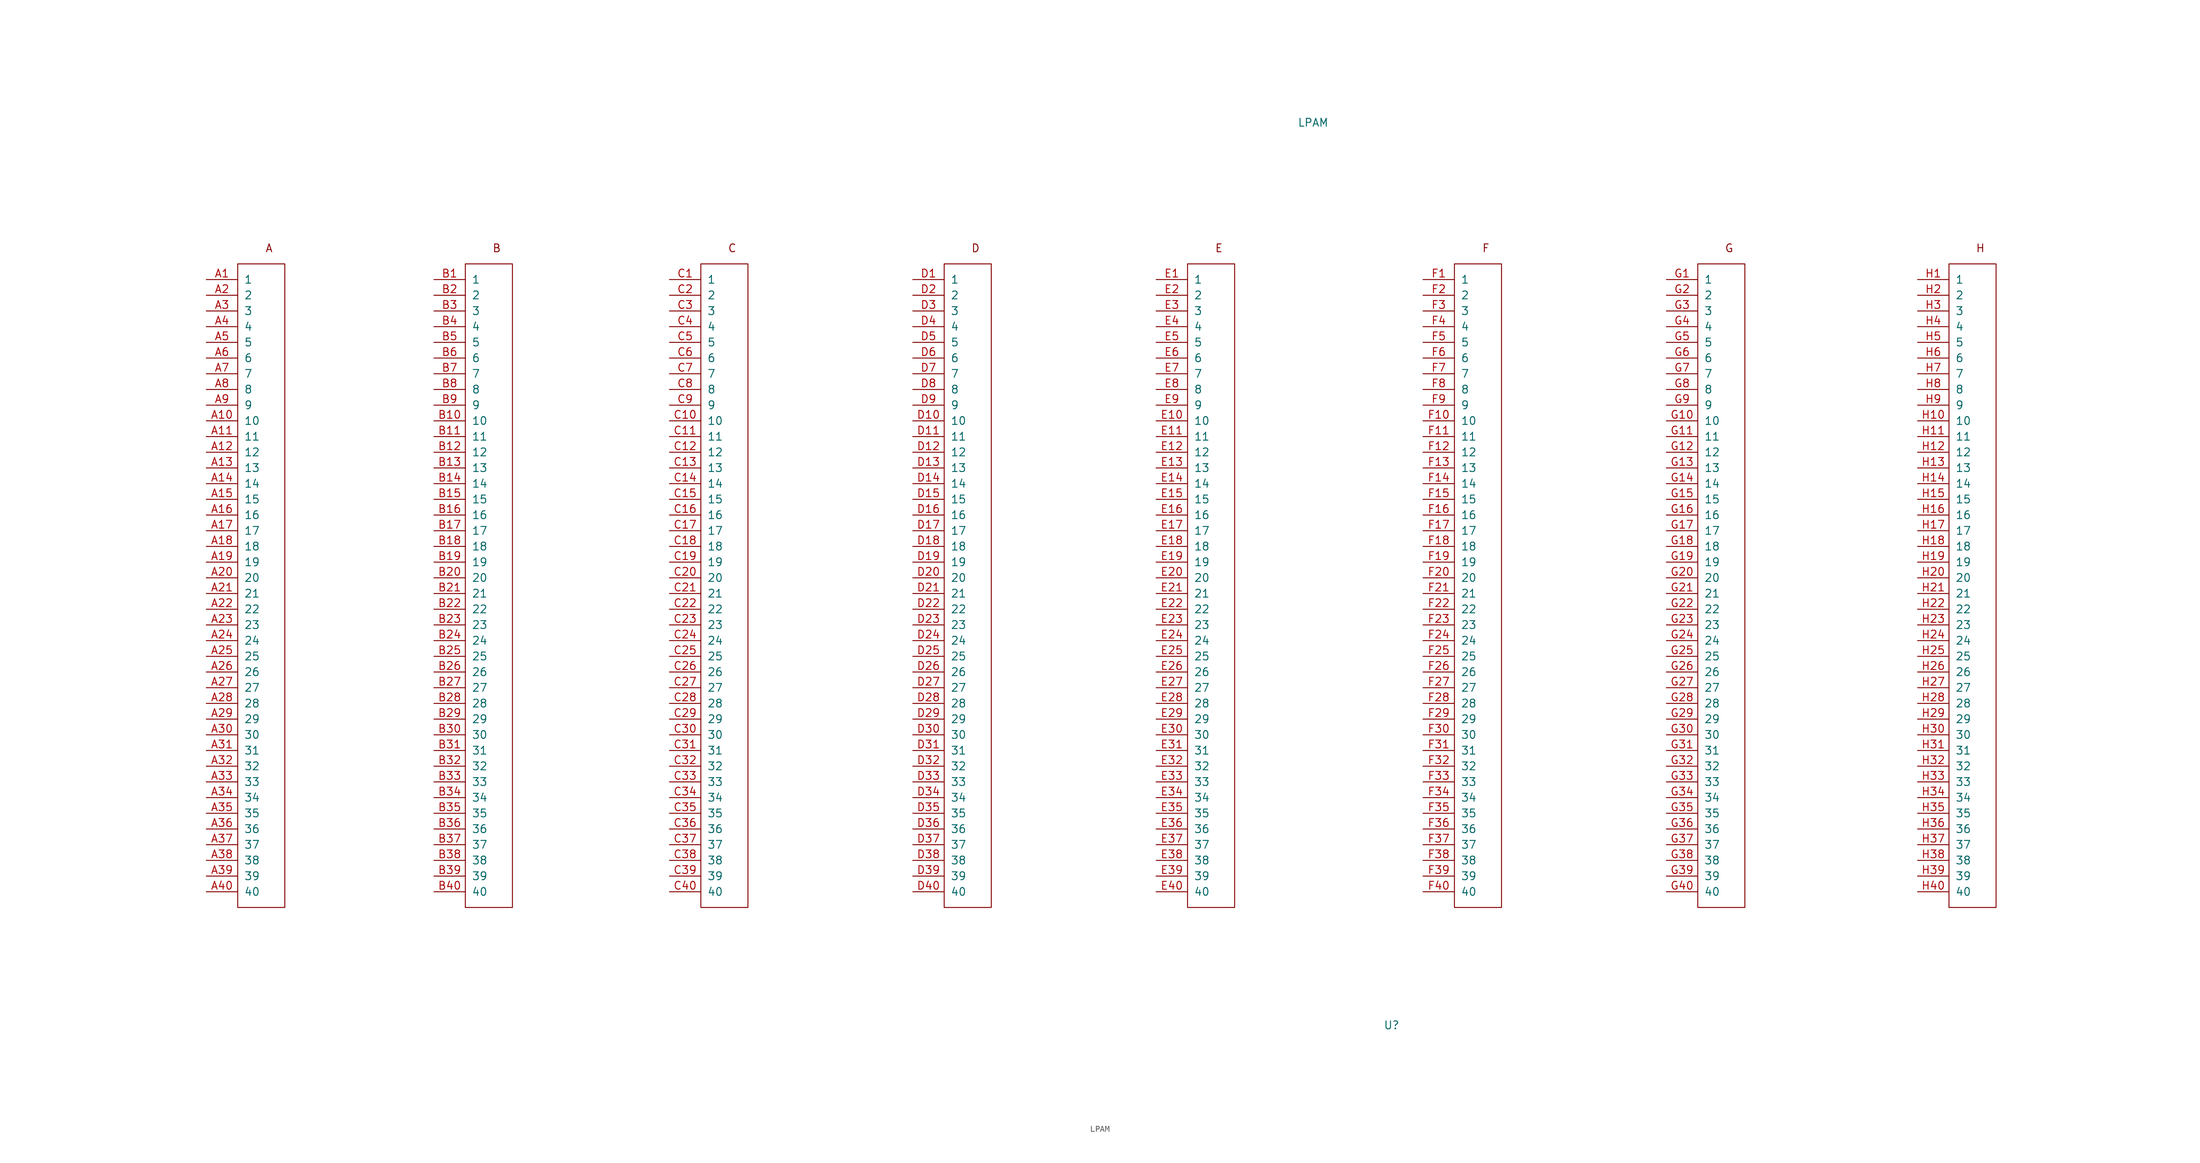
<source format=kicad_sym>
(kicad_symbol_lib
  (version 20220914)
  (generator kicad_symbol_editor)
  (symbol "LPAM"
    (pin_names
      (offset 1.016))
    (property "Reference" "U"
      (at 1.27 -67.31 0)
      (effects (font (size 1.27 1.27))))
    (property "Value" "LPAM"
      (at -11.43 78.74 0)
      (effects (font (size 1.27 1.27))))
    (symbol "LPAM_0_0"
      (text "B" (at -143.51 58.42 0) (effects (font (size 1.27 1.27))))
      (pin input line (at -153.67 33.02 0) (length 5.08) (name "9" (effects (font (size 1.27 1.27)))) (number "B9" (effects (font (size 1.27 1.27))))))
    (symbol "LPAM_0_1"
      (rectangle (start -148.59 55.88) (end -140.97 -48.26) (stroke (width 0) (type solid)) (fill (type none))))
    (symbol "LPAM_1_1"
      (rectangle (start -185.42 55.88) (end -177.8 -48.26) (stroke (width 0) (type solid)) (fill (type none)))
      (rectangle (start -110.49 55.88) (end -102.87 -48.26) (stroke (width 0) (type solid)) (fill (type none)))
      (rectangle (start -71.12 55.88) (end -63.5 -48.26) (stroke (width 0) (type solid)) (fill (type none)))
      (rectangle (start -31.75 55.88) (end -24.13 -48.26) (stroke (width 0) (type solid)) (fill (type none)))
      (rectangle (start 11.43 55.88) (end 19.05 -48.26) (stroke (width 0) (type solid)) (fill (type none)))
      (rectangle (start 50.8 55.88) (end 58.42 -48.26) (stroke (width 0) (type solid)) (fill (type none)))
      (rectangle (start 91.44 55.88) (end 99.06 -48.26) (stroke (width 0) (type solid)) (fill (type none)))
      (text "A" (at -180.34 58.42 0) (effects (font (size 1.27 1.27))))
      (text "C" (at -105.41 58.42 0) (effects (font (size 1.27 1.27))))
      (text "D" (at -66.04 58.42 0) (effects (font (size 1.27 1.27))))
      (text "E" (at -26.67 58.42 0) (effects (font (size 1.27 1.27))))
      (text "F" (at 16.51 58.42 0) (effects (font (size 1.27 1.27))))
      (text "G" (at 55.88 58.42 0) (effects (font (size 1.27 1.27))))
      (text "H" (at 96.52 58.42 0) (effects (font (size 1.27 1.27))))
      (pin input line (at -190.5 53.34 0) (length 5.08) (name "1" (effects (font (size 1.27 1.27)))) (number "A1" (effects (font (size 1.27 1.27)))))
      (pin input line (at -190.5 30.48 0) (length 5.08) (name "10" (effects (font (size 1.27 1.27)))) (number "A10" (effects (font (size 1.27 1.27)))))
      (pin input line (at -190.5 27.94 0) (length 5.08) (name "11" (effects (font (size 1.27 1.27)))) (number "A11" (effects (font (size 1.27 1.27)))))
      (pin input line (at -190.5 25.4 0) (length 5.08) (name "12" (effects (font (size 1.27 1.27)))) (number "A12" (effects (font (size 1.27 1.27)))))
      (pin input line (at -190.5 22.86 0) (length 5.08) (name "13" (effects (font (size 1.27 1.27)))) (number "A13" (effects (font (size 1.27 1.27)))))
      (pin input line (at -190.5 20.32 0) (length 5.08) (name "14" (effects (font (size 1.27 1.27)))) (number "A14" (effects (font (size 1.27 1.27)))))
      (pin input line (at -190.5 17.78 0) (length 5.08) (name "15" (effects (font (size 1.27 1.27)))) (number "A15" (effects (font (size 1.27 1.27)))))
      (pin input line (at -190.5 15.24 0) (length 5.08) (name "16" (effects (font (size 1.27 1.27)))) (number "A16" (effects (font (size 1.27 1.27)))))
      (pin input line (at -190.5 12.7 0) (length 5.08) (name "17" (effects (font (size 1.27 1.27)))) (number "A17" (effects (font (size 1.27 1.27)))))
      (pin input line (at -190.5 10.16 0) (length 5.08) (name "18" (effects (font (size 1.27 1.27)))) (number "A18" (effects (font (size 1.27 1.27)))))
      (pin input line (at -190.5 7.62 0) (length 5.08) (name "19" (effects (font (size 1.27 1.27)))) (number "A19" (effects (font (size 1.27 1.27)))))
      (pin input line (at -190.5 50.8 0) (length 5.08) (name "2" (effects (font (size 1.27 1.27)))) (number "A2" (effects (font (size 1.27 1.27)))))
      (pin input line (at -190.5 5.08 0) (length 5.08) (name "20" (effects (font (size 1.27 1.27)))) (number "A20" (effects (font (size 1.27 1.27)))))
      (pin input line (at -190.5 2.54 0) (length 5.08) (name "21" (effects (font (size 1.27 1.27)))) (number "A21" (effects (font (size 1.27 1.27)))))
      (pin input line (at -190.5 0 0) (length 5.08) (name "22" (effects (font (size 1.27 1.27)))) (number "A22" (effects (font (size 1.27 1.27)))))
      (pin input line (at -190.5 -2.54 0) (length 5.08) (name "23" (effects (font (size 1.27 1.27)))) (number "A23" (effects (font (size 1.27 1.27)))))
      (pin input line (at -190.5 -5.08 0) (length 5.08) (name "24" (effects (font (size 1.27 1.27)))) (number "A24" (effects (font (size 1.27 1.27)))))
      (pin input line (at -190.5 -7.62 0) (length 5.08) (name "25" (effects (font (size 1.27 1.27)))) (number "A25" (effects (font (size 1.27 1.27)))))
      (pin input line (at -190.5 -10.16 0) (length 5.08) (name "26" (effects (font (size 1.27 1.27)))) (number "A26" (effects (font (size 1.27 1.27)))))
      (pin input line (at -190.5 -12.7 0) (length 5.08) (name "27" (effects (font (size 1.27 1.27)))) (number "A27" (effects (font (size 1.27 1.27)))))
      (pin input line (at -190.5 -15.24 0) (length 5.08) (name "28" (effects (font (size 1.27 1.27)))) (number "A28" (effects (font (size 1.27 1.27)))))
      (pin input line (at -190.5 -17.78 0) (length 5.08) (name "29" (effects (font (size 1.27 1.27)))) (number "A29" (effects (font (size 1.27 1.27)))))
      (pin input line (at -190.5 48.26 0) (length 5.08) (name "3" (effects (font (size 1.27 1.27)))) (number "A3" (effects (font (size 1.27 1.27)))))
      (pin input line (at -190.5 -20.32 0) (length 5.08) (name "30" (effects (font (size 1.27 1.27)))) (number "A30" (effects (font (size 1.27 1.27)))))
      (pin input line (at -190.5 -22.86 0) (length 5.08) (name "31" (effects (font (size 1.27 1.27)))) (number "A31" (effects (font (size 1.27 1.27)))))
      (pin input line (at -190.5 -25.4 0) (length 5.08) (name "32" (effects (font (size 1.27 1.27)))) (number "A32" (effects (font (size 1.27 1.27)))))
      (pin input line (at -190.5 -27.94 0) (length 5.08) (name "33" (effects (font (size 1.27 1.27)))) (number "A33" (effects (font (size 1.27 1.27)))))
      (pin input line (at -190.5 -30.48 0) (length 5.08) (name "34" (effects (font (size 1.27 1.27)))) (number "A34" (effects (font (size 1.27 1.27)))))
      (pin input line (at -190.5 -33.02 0) (length 5.08) (name "35" (effects (font (size 1.27 1.27)))) (number "A35" (effects (font (size 1.27 1.27)))))
      (pin input line (at -190.5 -35.56 0) (length 5.08) (name "36" (effects (font (size 1.27 1.27)))) (number "A36" (effects (font (size 1.27 1.27)))))
      (pin input line (at -190.5 -38.1 0) (length 5.08) (name "37" (effects (font (size 1.27 1.27)))) (number "A37" (effects (font (size 1.27 1.27)))))
      (pin input line (at -190.5 -40.64 0) (length 5.08) (name "38" (effects (font (size 1.27 1.27)))) (number "A38" (effects (font (size 1.27 1.27)))))
      (pin input line (at -190.5 -43.18 0) (length 5.08) (name "39" (effects (font (size 1.27 1.27)))) (number "A39" (effects (font (size 1.27 1.27)))))
      (pin input line (at -190.5 45.72 0) (length 5.08) (name "4" (effects (font (size 1.27 1.27)))) (number "A4" (effects (font (size 1.27 1.27)))))
      (pin input line (at -190.5 -45.72 0) (length 5.08) (name "40" (effects (font (size 1.27 1.27)))) (number "A40" (effects (font (size 1.27 1.27)))))
      (pin input line (at -190.5 43.18 0) (length 5.08) (name "5" (effects (font (size 1.27 1.27)))) (number "A5" (effects (font (size 1.27 1.27)))))
      (pin input line (at -190.5 40.64 0) (length 5.08) (name "6" (effects (font (size 1.27 1.27)))) (number "A6" (effects (font (size 1.27 1.27)))))
      (pin input line (at -190.5 38.1 0) (length 5.08) (name "7" (effects (font (size 1.27 1.27)))) (number "A7" (effects (font (size 1.27 1.27)))))
      (pin input line (at -190.5 35.56 0) (length 5.08) (name "8" (effects (font (size 1.27 1.27)))) (number "A8" (effects (font (size 1.27 1.27)))))
      (pin input line (at -190.5 33.02 0) (length 5.08) (name "9" (effects (font (size 1.27 1.27)))) (number "A9" (effects (font (size 1.27 1.27)))))
      (pin input line (at -153.67 53.34 0) (length 5.08) (name "1" (effects (font (size 1.27 1.27)))) (number "B1" (effects (font (size 1.27 1.27)))))
      (pin input line (at -153.67 30.48 0) (length 5.08) (name "10" (effects (font (size 1.27 1.27)))) (number "B10" (effects (font (size 1.27 1.27)))))
      (pin input line (at -153.67 27.94 0) (length 5.08) (name "11" (effects (font (size 1.27 1.27)))) (number "B11" (effects (font (size 1.27 1.27)))))
      (pin input line (at -153.67 25.4 0) (length 5.08) (name "12" (effects (font (size 1.27 1.27)))) (number "B12" (effects (font (size 1.27 1.27)))))
      (pin input line (at -153.67 22.86 0) (length 5.08) (name "13" (effects (font (size 1.27 1.27)))) (number "B13" (effects (font (size 1.27 1.27)))))
      (pin input line (at -153.67 20.32 0) (length 5.08) (name "14" (effects (font (size 1.27 1.27)))) (number "B14" (effects (font (size 1.27 1.27)))))
      (pin input line (at -153.67 17.78 0) (length 5.08) (name "15" (effects (font (size 1.27 1.27)))) (number "B15" (effects (font (size 1.27 1.27)))))
      (pin input line (at -153.67 15.24 0) (length 5.08) (name "16" (effects (font (size 1.27 1.27)))) (number "B16" (effects (font (size 1.27 1.27)))))
      (pin input line (at -153.67 12.7 0) (length 5.08) (name "17" (effects (font (size 1.27 1.27)))) (number "B17" (effects (font (size 1.27 1.27)))))
      (pin input line (at -153.67 10.16 0) (length 5.08) (name "18" (effects (font (size 1.27 1.27)))) (number "B18" (effects (font (size 1.27 1.27)))))
      (pin input line (at -153.67 7.62 0) (length 5.08) (name "19" (effects (font (size 1.27 1.27)))) (number "B19" (effects (font (size 1.27 1.27)))))
      (pin input line (at -153.67 50.8 0) (length 5.08) (name "2" (effects (font (size 1.27 1.27)))) (number "B2" (effects (font (size 1.27 1.27)))))
      (pin input line (at -153.67 5.08 0) (length 5.08) (name "20" (effects (font (size 1.27 1.27)))) (number "B20" (effects (font (size 1.27 1.27)))))
      (pin input line (at -153.67 2.54 0) (length 5.08) (name "21" (effects (font (size 1.27 1.27)))) (number "B21" (effects (font (size 1.27 1.27)))))
      (pin input line (at -153.67 0 0) (length 5.08) (name "22" (effects (font (size 1.27 1.27)))) (number "B22" (effects (font (size 1.27 1.27)))))
      (pin input line (at -153.67 -2.54 0) (length 5.08) (name "23" (effects (font (size 1.27 1.27)))) (number "B23" (effects (font (size 1.27 1.27)))))
      (pin input line (at -153.67 -5.08 0) (length 5.08) (name "24" (effects (font (size 1.27 1.27)))) (number "B24" (effects (font (size 1.27 1.27)))))
      (pin input line (at -153.67 -7.62 0) (length 5.08) (name "25" (effects (font (size 1.27 1.27)))) (number "B25" (effects (font (size 1.27 1.27)))))
      (pin input line (at -153.67 -10.16 0) (length 5.08) (name "26" (effects (font (size 1.27 1.27)))) (number "B26" (effects (font (size 1.27 1.27)))))
      (pin input line (at -153.67 -12.7 0) (length 5.08) (name "27" (effects (font (size 1.27 1.27)))) (number "B27" (effects (font (size 1.27 1.27)))))
      (pin input line (at -153.67 -15.24 0) (length 5.08) (name "28" (effects (font (size 1.27 1.27)))) (number "B28" (effects (font (size 1.27 1.27)))))
      (pin input line (at -153.67 -17.78 0) (length 5.08) (name "29" (effects (font (size 1.27 1.27)))) (number "B29" (effects (font (size 1.27 1.27)))))
      (pin input line (at -153.67 48.26 0) (length 5.08) (name "3" (effects (font (size 1.27 1.27)))) (number "B3" (effects (font (size 1.27 1.27)))))
      (pin input line (at -153.67 -20.32 0) (length 5.08) (name "30" (effects (font (size 1.27 1.27)))) (number "B30" (effects (font (size 1.27 1.27)))))
      (pin input line (at -153.67 -22.86 0) (length 5.08) (name "31" (effects (font (size 1.27 1.27)))) (number "B31" (effects (font (size 1.27 1.27)))))
      (pin input line (at -153.67 -25.4 0) (length 5.08) (name "32" (effects (font (size 1.27 1.27)))) (number "B32" (effects (font (size 1.27 1.27)))))
      (pin input line (at -153.67 -27.94 0) (length 5.08) (name "33" (effects (font (size 1.27 1.27)))) (number "B33" (effects (font (size 1.27 1.27)))))
      (pin input line (at -153.67 -30.48 0) (length 5.08) (name "34" (effects (font (size 1.27 1.27)))) (number "B34" (effects (font (size 1.27 1.27)))))
      (pin input line (at -153.67 -33.02 0) (length 5.08) (name "35" (effects (font (size 1.27 1.27)))) (number "B35" (effects (font (size 1.27 1.27)))))
      (pin input line (at -153.67 -35.56 0) (length 5.08) (name "36" (effects (font (size 1.27 1.27)))) (number "B36" (effects (font (size 1.27 1.27)))))
      (pin input line (at -153.67 -38.1 0) (length 5.08) (name "37" (effects (font (size 1.27 1.27)))) (number "B37" (effects (font (size 1.27 1.27)))))
      (pin input line (at -153.67 -40.64 0) (length 5.08) (name "38" (effects (font (size 1.27 1.27)))) (number "B38" (effects (font (size 1.27 1.27)))))
      (pin input line (at -153.67 -43.18 0) (length 5.08) (name "39" (effects (font (size 1.27 1.27)))) (number "B39" (effects (font (size 1.27 1.27)))))
      (pin input line (at -153.67 45.72 0) (length 5.08) (name "4" (effects (font (size 1.27 1.27)))) (number "B4" (effects (font (size 1.27 1.27)))))
      (pin input line (at -153.67 -45.72 0) (length 5.08) (name "40" (effects (font (size 1.27 1.27)))) (number "B40" (effects (font (size 1.27 1.27)))))
      (pin input line (at -153.67 43.18 0) (length 5.08) (name "5" (effects (font (size 1.27 1.27)))) (number "B5" (effects (font (size 1.27 1.27)))))
      (pin input line (at -153.67 40.64 0) (length 5.08) (name "6" (effects (font (size 1.27 1.27)))) (number "B6" (effects (font (size 1.27 1.27)))))
      (pin input line (at -153.67 38.1 0) (length 5.08) (name "7" (effects (font (size 1.27 1.27)))) (number "B7" (effects (font (size 1.27 1.27)))))
      (pin input line (at -153.67 35.56 0) (length 5.08) (name "8" (effects (font (size 1.27 1.27)))) (number "B8" (effects (font (size 1.27 1.27)))))
      (pin input line (at -115.57 53.34 0) (length 5.08) (name "1" (effects (font (size 1.27 1.27)))) (number "C1" (effects (font (size 1.27 1.27)))))
      (pin input line (at -115.57 30.48 0) (length 5.08) (name "10" (effects (font (size 1.27 1.27)))) (number "C10" (effects (font (size 1.27 1.27)))))
      (pin input line (at -115.57 27.94 0) (length 5.08) (name "11" (effects (font (size 1.27 1.27)))) (number "C11" (effects (font (size 1.27 1.27)))))
      (pin input line (at -115.57 25.4 0) (length 5.08) (name "12" (effects (font (size 1.27 1.27)))) (number "C12" (effects (font (size 1.27 1.27)))))
      (pin input line (at -115.57 22.86 0) (length 5.08) (name "13" (effects (font (size 1.27 1.27)))) (number "C13" (effects (font (size 1.27 1.27)))))
      (pin input line (at -115.57 20.32 0) (length 5.08) (name "14" (effects (font (size 1.27 1.27)))) (number "C14" (effects (font (size 1.27 1.27)))))
      (pin input line (at -115.57 17.78 0) (length 5.08) (name "15" (effects (font (size 1.27 1.27)))) (number "C15" (effects (font (size 1.27 1.27)))))
      (pin input line (at -115.57 15.24 0) (length 5.08) (name "16" (effects (font (size 1.27 1.27)))) (number "C16" (effects (font (size 1.27 1.27)))))
      (pin input line (at -115.57 12.7 0) (length 5.08) (name "17" (effects (font (size 1.27 1.27)))) (number "C17" (effects (font (size 1.27 1.27)))))
      (pin input line (at -115.57 10.16 0) (length 5.08) (name "18" (effects (font (size 1.27 1.27)))) (number "C18" (effects (font (size 1.27 1.27)))))
      (pin input line (at -115.57 7.62 0) (length 5.08) (name "19" (effects (font (size 1.27 1.27)))) (number "C19" (effects (font (size 1.27 1.27)))))
      (pin input line (at -115.57 50.8 0) (length 5.08) (name "2" (effects (font (size 1.27 1.27)))) (number "C2" (effects (font (size 1.27 1.27)))))
      (pin input line (at -115.57 5.08 0) (length 5.08) (name "20" (effects (font (size 1.27 1.27)))) (number "C20" (effects (font (size 1.27 1.27)))))
      (pin input line (at -115.57 2.54 0) (length 5.08) (name "21" (effects (font (size 1.27 1.27)))) (number "C21" (effects (font (size 1.27 1.27)))))
      (pin input line (at -115.57 0 0) (length 5.08) (name "22" (effects (font (size 1.27 1.27)))) (number "C22" (effects (font (size 1.27 1.27)))))
      (pin input line (at -115.57 -2.54 0) (length 5.08) (name "23" (effects (font (size 1.27 1.27)))) (number "C23" (effects (font (size 1.27 1.27)))))
      (pin input line (at -115.57 -5.08 0) (length 5.08) (name "24" (effects (font (size 1.27 1.27)))) (number "C24" (effects (font (size 1.27 1.27)))))
      (pin input line (at -115.57 -7.62 0) (length 5.08) (name "25" (effects (font (size 1.27 1.27)))) (number "C25" (effects (font (size 1.27 1.27)))))
      (pin input line (at -115.57 -10.16 0) (length 5.08) (name "26" (effects (font (size 1.27 1.27)))) (number "C26" (effects (font (size 1.27 1.27)))))
      (pin input line (at -115.57 -12.7 0) (length 5.08) (name "27" (effects (font (size 1.27 1.27)))) (number "C27" (effects (font (size 1.27 1.27)))))
      (pin input line (at -115.57 -15.24 0) (length 5.08) (name "28" (effects (font (size 1.27 1.27)))) (number "C28" (effects (font (size 1.27 1.27)))))
      (pin input line (at -115.57 -17.78 0) (length 5.08) (name "29" (effects (font (size 1.27 1.27)))) (number "C29" (effects (font (size 1.27 1.27)))))
      (pin input line (at -115.57 48.26 0) (length 5.08) (name "3" (effects (font (size 1.27 1.27)))) (number "C3" (effects (font (size 1.27 1.27)))))
      (pin input line (at -115.57 -20.32 0) (length 5.08) (name "30" (effects (font (size 1.27 1.27)))) (number "C30" (effects (font (size 1.27 1.27)))))
      (pin input line (at -115.57 -22.86 0) (length 5.08) (name "31" (effects (font (size 1.27 1.27)))) (number "C31" (effects (font (size 1.27 1.27)))))
      (pin input line (at -115.57 -25.4 0) (length 5.08) (name "32" (effects (font (size 1.27 1.27)))) (number "C32" (effects (font (size 1.27 1.27)))))
      (pin input line (at -115.57 -27.94 0) (length 5.08) (name "33" (effects (font (size 1.27 1.27)))) (number "C33" (effects (font (size 1.27 1.27)))))
      (pin input line (at -115.57 -30.48 0) (length 5.08) (name "34" (effects (font (size 1.27 1.27)))) (number "C34" (effects (font (size 1.27 1.27)))))
      (pin input line (at -115.57 -33.02 0) (length 5.08) (name "35" (effects (font (size 1.27 1.27)))) (number "C35" (effects (font (size 1.27 1.27)))))
      (pin input line (at -115.57 -35.56 0) (length 5.08) (name "36" (effects (font (size 1.27 1.27)))) (number "C36" (effects (font (size 1.27 1.27)))))
      (pin input line (at -115.57 -38.1 0) (length 5.08) (name "37" (effects (font (size 1.27 1.27)))) (number "C37" (effects (font (size 1.27 1.27)))))
      (pin input line (at -115.57 -40.64 0) (length 5.08) (name "38" (effects (font (size 1.27 1.27)))) (number "C38" (effects (font (size 1.27 1.27)))))
      (pin input line (at -115.57 -43.18 0) (length 5.08) (name "39" (effects (font (size 1.27 1.27)))) (number "C39" (effects (font (size 1.27 1.27)))))
      (pin input line (at -115.57 45.72 0) (length 5.08) (name "4" (effects (font (size 1.27 1.27)))) (number "C4" (effects (font (size 1.27 1.27)))))
      (pin input line (at -115.57 -45.72 0) (length 5.08) (name "40" (effects (font (size 1.27 1.27)))) (number "C40" (effects (font (size 1.27 1.27)))))
      (pin input line (at -115.57 43.18 0) (length 5.08) (name "5" (effects (font (size 1.27 1.27)))) (number "C5" (effects (font (size 1.27 1.27)))))
      (pin input line (at -115.57 40.64 0) (length 5.08) (name "6" (effects (font (size 1.27 1.27)))) (number "C6" (effects (font (size 1.27 1.27)))))
      (pin input line (at -115.57 38.1 0) (length 5.08) (name "7" (effects (font (size 1.27 1.27)))) (number "C7" (effects (font (size 1.27 1.27)))))
      (pin input line (at -115.57 35.56 0) (length 5.08) (name "8" (effects (font (size 1.27 1.27)))) (number "C8" (effects (font (size 1.27 1.27)))))
      (pin input line (at -115.57 33.02 0) (length 5.08) (name "9" (effects (font (size 1.27 1.27)))) (number "C9" (effects (font (size 1.27 1.27)))))
      (pin input line (at -76.2 53.34 0) (length 5.08) (name "1" (effects (font (size 1.27 1.27)))) (number "D1" (effects (font (size 1.27 1.27)))))
      (pin input line (at -76.2 30.48 0) (length 5.08) (name "10" (effects (font (size 1.27 1.27)))) (number "D10" (effects (font (size 1.27 1.27)))))
      (pin input line (at -76.2 27.94 0) (length 5.08) (name "11" (effects (font (size 1.27 1.27)))) (number "D11" (effects (font (size 1.27 1.27)))))
      (pin input line (at -76.2 25.4 0) (length 5.08) (name "12" (effects (font (size 1.27 1.27)))) (number "D12" (effects (font (size 1.27 1.27)))))
      (pin input line (at -76.2 22.86 0) (length 5.08) (name "13" (effects (font (size 1.27 1.27)))) (number "D13" (effects (font (size 1.27 1.27)))))
      (pin input line (at -76.2 20.32 0) (length 5.08) (name "14" (effects (font (size 1.27 1.27)))) (number "D14" (effects (font (size 1.27 1.27)))))
      (pin input line (at -76.2 17.78 0) (length 5.08) (name "15" (effects (font (size 1.27 1.27)))) (number "D15" (effects (font (size 1.27 1.27)))))
      (pin input line (at -76.2 15.24 0) (length 5.08) (name "16" (effects (font (size 1.27 1.27)))) (number "D16" (effects (font (size 1.27 1.27)))))
      (pin input line (at -76.2 12.7 0) (length 5.08) (name "17" (effects (font (size 1.27 1.27)))) (number "D17" (effects (font (size 1.27 1.27)))))
      (pin input line (at -76.2 10.16 0) (length 5.08) (name "18" (effects (font (size 1.27 1.27)))) (number "D18" (effects (font (size 1.27 1.27)))))
      (pin input line (at -76.2 7.62 0) (length 5.08) (name "19" (effects (font (size 1.27 1.27)))) (number "D19" (effects (font (size 1.27 1.27)))))
      (pin input line (at -76.2 50.8 0) (length 5.08) (name "2" (effects (font (size 1.27 1.27)))) (number "D2" (effects (font (size 1.27 1.27)))))
      (pin input line (at -76.2 5.08 0) (length 5.08) (name "20" (effects (font (size 1.27 1.27)))) (number "D20" (effects (font (size 1.27 1.27)))))
      (pin input line (at -76.2 2.54 0) (length 5.08) (name "21" (effects (font (size 1.27 1.27)))) (number "D21" (effects (font (size 1.27 1.27)))))
      (pin input line (at -76.2 0 0) (length 5.08) (name "22" (effects (font (size 1.27 1.27)))) (number "D22" (effects (font (size 1.27 1.27)))))
      (pin input line (at -76.2 -2.54 0) (length 5.08) (name "23" (effects (font (size 1.27 1.27)))) (number "D23" (effects (font (size 1.27 1.27)))))
      (pin input line (at -76.2 -5.08 0) (length 5.08) (name "24" (effects (font (size 1.27 1.27)))) (number "D24" (effects (font (size 1.27 1.27)))))
      (pin input line (at -76.2 -7.62 0) (length 5.08) (name "25" (effects (font (size 1.27 1.27)))) (number "D25" (effects (font (size 1.27 1.27)))))
      (pin input line (at -76.2 -10.16 0) (length 5.08) (name "26" (effects (font (size 1.27 1.27)))) (number "D26" (effects (font (size 1.27 1.27)))))
      (pin input line (at -76.2 -12.7 0) (length 5.08) (name "27" (effects (font (size 1.27 1.27)))) (number "D27" (effects (font (size 1.27 1.27)))))
      (pin input line (at -76.2 -15.24 0) (length 5.08) (name "28" (effects (font (size 1.27 1.27)))) (number "D28" (effects (font (size 1.27 1.27)))))
      (pin input line (at -76.2 -17.78 0) (length 5.08) (name "29" (effects (font (size 1.27 1.27)))) (number "D29" (effects (font (size 1.27 1.27)))))
      (pin input line (at -76.2 48.26 0) (length 5.08) (name "3" (effects (font (size 1.27 1.27)))) (number "D3" (effects (font (size 1.27 1.27)))))
      (pin input line (at -76.2 -20.32 0) (length 5.08) (name "30" (effects (font (size 1.27 1.27)))) (number "D30" (effects (font (size 1.27 1.27)))))
      (pin input line (at -76.2 -22.86 0) (length 5.08) (name "31" (effects (font (size 1.27 1.27)))) (number "D31" (effects (font (size 1.27 1.27)))))
      (pin input line (at -76.2 -25.4 0) (length 5.08) (name "32" (effects (font (size 1.27 1.27)))) (number "D32" (effects (font (size 1.27 1.27)))))
      (pin input line (at -76.2 -27.94 0) (length 5.08) (name "33" (effects (font (size 1.27 1.27)))) (number "D33" (effects (font (size 1.27 1.27)))))
      (pin input line (at -76.2 -30.48 0) (length 5.08) (name "34" (effects (font (size 1.27 1.27)))) (number "D34" (effects (font (size 1.27 1.27)))))
      (pin input line (at -76.2 -33.02 0) (length 5.08) (name "35" (effects (font (size 1.27 1.27)))) (number "D35" (effects (font (size 1.27 1.27)))))
      (pin input line (at -76.2 -35.56 0) (length 5.08) (name "36" (effects (font (size 1.27 1.27)))) (number "D36" (effects (font (size 1.27 1.27)))))
      (pin input line (at -76.2 -38.1 0) (length 5.08) (name "37" (effects (font (size 1.27 1.27)))) (number "D37" (effects (font (size 1.27 1.27)))))
      (pin input line (at -76.2 -40.64 0) (length 5.08) (name "38" (effects (font (size 1.27 1.27)))) (number "D38" (effects (font (size 1.27 1.27)))))
      (pin input line (at -76.2 -43.18 0) (length 5.08) (name "39" (effects (font (size 1.27 1.27)))) (number "D39" (effects (font (size 1.27 1.27)))))
      (pin input line (at -76.2 45.72 0) (length 5.08) (name "4" (effects (font (size 1.27 1.27)))) (number "D4" (effects (font (size 1.27 1.27)))))
      (pin input line (at -76.2 -45.72 0) (length 5.08) (name "40" (effects (font (size 1.27 1.27)))) (number "D40" (effects (font (size 1.27 1.27)))))
      (pin input line (at -76.2 43.18 0) (length 5.08) (name "5" (effects (font (size 1.27 1.27)))) (number "D5" (effects (font (size 1.27 1.27)))))
      (pin input line (at -76.2 40.64 0) (length 5.08) (name "6" (effects (font (size 1.27 1.27)))) (number "D6" (effects (font (size 1.27 1.27)))))
      (pin input line (at -76.2 38.1 0) (length 5.08) (name "7" (effects (font (size 1.27 1.27)))) (number "D7" (effects (font (size 1.27 1.27)))))
      (pin input line (at -76.2 35.56 0) (length 5.08) (name "8" (effects (font (size 1.27 1.27)))) (number "D8" (effects (font (size 1.27 1.27)))))
      (pin input line (at -76.2 33.02 0) (length 5.08) (name "9" (effects (font (size 1.27 1.27)))) (number "D9" (effects (font (size 1.27 1.27)))))
      (pin input line (at -36.83 53.34 0) (length 5.08) (name "1" (effects (font (size 1.27 1.27)))) (number "E1" (effects (font (size 1.27 1.27)))))
      (pin input line (at -36.83 30.48 0) (length 5.08) (name "10" (effects (font (size 1.27 1.27)))) (number "E10" (effects (font (size 1.27 1.27)))))
      (pin input line (at -36.83 27.94 0) (length 5.08) (name "11" (effects (font (size 1.27 1.27)))) (number "E11" (effects (font (size 1.27 1.27)))))
      (pin input line (at -36.83 25.4 0) (length 5.08) (name "12" (effects (font (size 1.27 1.27)))) (number "E12" (effects (font (size 1.27 1.27)))))
      (pin input line (at -36.83 22.86 0) (length 5.08) (name "13" (effects (font (size 1.27 1.27)))) (number "E13" (effects (font (size 1.27 1.27)))))
      (pin input line (at -36.83 20.32 0) (length 5.08) (name "14" (effects (font (size 1.27 1.27)))) (number "E14" (effects (font (size 1.27 1.27)))))
      (pin input line (at -36.83 17.78 0) (length 5.08) (name "15" (effects (font (size 1.27 1.27)))) (number "E15" (effects (font (size 1.27 1.27)))))
      (pin input line (at -36.83 15.24 0) (length 5.08) (name "16" (effects (font (size 1.27 1.27)))) (number "E16" (effects (font (size 1.27 1.27)))))
      (pin input line (at -36.83 12.7 0) (length 5.08) (name "17" (effects (font (size 1.27 1.27)))) (number "E17" (effects (font (size 1.27 1.27)))))
      (pin input line (at -36.83 10.16 0) (length 5.08) (name "18" (effects (font (size 1.27 1.27)))) (number "E18" (effects (font (size 1.27 1.27)))))
      (pin input line (at -36.83 7.62 0) (length 5.08) (name "19" (effects (font (size 1.27 1.27)))) (number "E19" (effects (font (size 1.27 1.27)))))
      (pin input line (at -36.83 50.8 0) (length 5.08) (name "2" (effects (font (size 1.27 1.27)))) (number "E2" (effects (font (size 1.27 1.27)))))
      (pin input line (at -36.83 5.08 0) (length 5.08) (name "20" (effects (font (size 1.27 1.27)))) (number "E20" (effects (font (size 1.27 1.27)))))
      (pin input line (at -36.83 2.54 0) (length 5.08) (name "21" (effects (font (size 1.27 1.27)))) (number "E21" (effects (font (size 1.27 1.27)))))
      (pin input line (at -36.83 0 0) (length 5.08) (name "22" (effects (font (size 1.27 1.27)))) (number "E22" (effects (font (size 1.27 1.27)))))
      (pin input line (at -36.83 -2.54 0) (length 5.08) (name "23" (effects (font (size 1.27 1.27)))) (number "E23" (effects (font (size 1.27 1.27)))))
      (pin input line (at -36.83 -5.08 0) (length 5.08) (name "24" (effects (font (size 1.27 1.27)))) (number "E24" (effects (font (size 1.27 1.27)))))
      (pin input line (at -36.83 -7.62 0) (length 5.08) (name "25" (effects (font (size 1.27 1.27)))) (number "E25" (effects (font (size 1.27 1.27)))))
      (pin input line (at -36.83 -10.16 0) (length 5.08) (name "26" (effects (font (size 1.27 1.27)))) (number "E26" (effects (font (size 1.27 1.27)))))
      (pin input line (at -36.83 -12.7 0) (length 5.08) (name "27" (effects (font (size 1.27 1.27)))) (number "E27" (effects (font (size 1.27 1.27)))))
      (pin input line (at -36.83 -15.24 0) (length 5.08) (name "28" (effects (font (size 1.27 1.27)))) (number "E28" (effects (font (size 1.27 1.27)))))
      (pin input line (at -36.83 -17.78 0) (length 5.08) (name "29" (effects (font (size 1.27 1.27)))) (number "E29" (effects (font (size 1.27 1.27)))))
      (pin input line (at -36.83 48.26 0) (length 5.08) (name "3" (effects (font (size 1.27 1.27)))) (number "E3" (effects (font (size 1.27 1.27)))))
      (pin input line (at -36.83 -20.32 0) (length 5.08) (name "30" (effects (font (size 1.27 1.27)))) (number "E30" (effects (font (size 1.27 1.27)))))
      (pin input line (at -36.83 -22.86 0) (length 5.08) (name "31" (effects (font (size 1.27 1.27)))) (number "E31" (effects (font (size 1.27 1.27)))))
      (pin input line (at -36.83 -25.4 0) (length 5.08) (name "32" (effects (font (size 1.27 1.27)))) (number "E32" (effects (font (size 1.27 1.27)))))
      (pin input line (at -36.83 -27.94 0) (length 5.08) (name "33" (effects (font (size 1.27 1.27)))) (number "E33" (effects (font (size 1.27 1.27)))))
      (pin input line (at -36.83 -30.48 0) (length 5.08) (name "34" (effects (font (size 1.27 1.27)))) (number "E34" (effects (font (size 1.27 1.27)))))
      (pin input line (at -36.83 -33.02 0) (length 5.08) (name "35" (effects (font (size 1.27 1.27)))) (number "E35" (effects (font (size 1.27 1.27)))))
      (pin input line (at -36.83 -35.56 0) (length 5.08) (name "36" (effects (font (size 1.27 1.27)))) (number "E36" (effects (font (size 1.27 1.27)))))
      (pin input line (at -36.83 -38.1 0) (length 5.08) (name "37" (effects (font (size 1.27 1.27)))) (number "E37" (effects (font (size 1.27 1.27)))))
      (pin input line (at -36.83 -40.64 0) (length 5.08) (name "38" (effects (font (size 1.27 1.27)))) (number "E38" (effects (font (size 1.27 1.27)))))
      (pin input line (at -36.83 -43.18 0) (length 5.08) (name "39" (effects (font (size 1.27 1.27)))) (number "E39" (effects (font (size 1.27 1.27)))))
      (pin input line (at -36.83 45.72 0) (length 5.08) (name "4" (effects (font (size 1.27 1.27)))) (number "E4" (effects (font (size 1.27 1.27)))))
      (pin input line (at -36.83 -45.72 0) (length 5.08) (name "40" (effects (font (size 1.27 1.27)))) (number "E40" (effects (font (size 1.27 1.27)))))
      (pin input line (at -36.83 43.18 0) (length 5.08) (name "5" (effects (font (size 1.27 1.27)))) (number "E5" (effects (font (size 1.27 1.27)))))
      (pin input line (at -36.83 40.64 0) (length 5.08) (name "6" (effects (font (size 1.27 1.27)))) (number "E6" (effects (font (size 1.27 1.27)))))
      (pin input line (at -36.83 38.1 0) (length 5.08) (name "7" (effects (font (size 1.27 1.27)))) (number "E7" (effects (font (size 1.27 1.27)))))
      (pin input line (at -36.83 35.56 0) (length 5.08) (name "8" (effects (font (size 1.27 1.27)))) (number "E8" (effects (font (size 1.27 1.27)))))
      (pin input line (at -36.83 33.02 0) (length 5.08) (name "9" (effects (font (size 1.27 1.27)))) (number "E9" (effects (font (size 1.27 1.27)))))
      (pin input line (at 6.35 53.34 0) (length 5.08) (name "1" (effects (font (size 1.27 1.27)))) (number "F1" (effects (font (size 1.27 1.27)))))
      (pin input line (at 6.35 30.48 0) (length 5.08) (name "10" (effects (font (size 1.27 1.27)))) (number "F10" (effects (font (size 1.27 1.27)))))
      (pin input line (at 6.35 27.94 0) (length 5.08) (name "11" (effects (font (size 1.27 1.27)))) (number "F11" (effects (font (size 1.27 1.27)))))
      (pin input line (at 6.35 25.4 0) (length 5.08) (name "12" (effects (font (size 1.27 1.27)))) (number "F12" (effects (font (size 1.27 1.27)))))
      (pin input line (at 6.35 22.86 0) (length 5.08) (name "13" (effects (font (size 1.27 1.27)))) (number "F13" (effects (font (size 1.27 1.27)))))
      (pin input line (at 6.35 20.32 0) (length 5.08) (name "14" (effects (font (size 1.27 1.27)))) (number "F14" (effects (font (size 1.27 1.27)))))
      (pin input line (at 6.35 17.78 0) (length 5.08) (name "15" (effects (font (size 1.27 1.27)))) (number "F15" (effects (font (size 1.27 1.27)))))
      (pin input line (at 6.35 15.24 0) (length 5.08) (name "16" (effects (font (size 1.27 1.27)))) (number "F16" (effects (font (size 1.27 1.27)))))
      (pin input line (at 6.35 12.7 0) (length 5.08) (name "17" (effects (font (size 1.27 1.27)))) (number "F17" (effects (font (size 1.27 1.27)))))
      (pin input line (at 6.35 10.16 0) (length 5.08) (name "18" (effects (font (size 1.27 1.27)))) (number "F18" (effects (font (size 1.27 1.27)))))
      (pin input line (at 6.35 7.62 0) (length 5.08) (name "19" (effects (font (size 1.27 1.27)))) (number "F19" (effects (font (size 1.27 1.27)))))
      (pin input line (at 6.35 50.8 0) (length 5.08) (name "2" (effects (font (size 1.27 1.27)))) (number "F2" (effects (font (size 1.27 1.27)))))
      (pin input line (at 6.35 5.08 0) (length 5.08) (name "20" (effects (font (size 1.27 1.27)))) (number "F20" (effects (font (size 1.27 1.27)))))
      (pin input line (at 6.35 2.54 0) (length 5.08) (name "21" (effects (font (size 1.27 1.27)))) (number "F21" (effects (font (size 1.27 1.27)))))
      (pin input line (at 6.35 0 0) (length 5.08) (name "22" (effects (font (size 1.27 1.27)))) (number "F22" (effects (font (size 1.27 1.27)))))
      (pin input line (at 6.35 -2.54 0) (length 5.08) (name "23" (effects (font (size 1.27 1.27)))) (number "F23" (effects (font (size 1.27 1.27)))))
      (pin input line (at 6.35 -5.08 0) (length 5.08) (name "24" (effects (font (size 1.27 1.27)))) (number "F24" (effects (font (size 1.27 1.27)))))
      (pin input line (at 6.35 -7.62 0) (length 5.08) (name "25" (effects (font (size 1.27 1.27)))) (number "F25" (effects (font (size 1.27 1.27)))))
      (pin input line (at 6.35 -10.16 0) (length 5.08) (name "26" (effects (font (size 1.27 1.27)))) (number "F26" (effects (font (size 1.27 1.27)))))
      (pin input line (at 6.35 -12.7 0) (length 5.08) (name "27" (effects (font (size 1.27 1.27)))) (number "F27" (effects (font (size 1.27 1.27)))))
      (pin input line (at 6.35 -15.24 0) (length 5.08) (name "28" (effects (font (size 1.27 1.27)))) (number "F28" (effects (font (size 1.27 1.27)))))
      (pin input line (at 6.35 -17.78 0) (length 5.08) (name "29" (effects (font (size 1.27 1.27)))) (number "F29" (effects (font (size 1.27 1.27)))))
      (pin input line (at 6.35 48.26 0) (length 5.08) (name "3" (effects (font (size 1.27 1.27)))) (number "F3" (effects (font (size 1.27 1.27)))))
      (pin input line (at 6.35 -20.32 0) (length 5.08) (name "30" (effects (font (size 1.27 1.27)))) (number "F30" (effects (font (size 1.27 1.27)))))
      (pin input line (at 6.35 -22.86 0) (length 5.08) (name "31" (effects (font (size 1.27 1.27)))) (number "F31" (effects (font (size 1.27 1.27)))))
      (pin input line (at 6.35 -25.4 0) (length 5.08) (name "32" (effects (font (size 1.27 1.27)))) (number "F32" (effects (font (size 1.27 1.27)))))
      (pin input line (at 6.35 -27.94 0) (length 5.08) (name "33" (effects (font (size 1.27 1.27)))) (number "F33" (effects (font (size 1.27 1.27)))))
      (pin input line (at 6.35 -30.48 0) (length 5.08) (name "34" (effects (font (size 1.27 1.27)))) (number "F34" (effects (font (size 1.27 1.27)))))
      (pin input line (at 6.35 -33.02 0) (length 5.08) (name "35" (effects (font (size 1.27 1.27)))) (number "F35" (effects (font (size 1.27 1.27)))))
      (pin input line (at 6.35 -35.56 0) (length 5.08) (name "36" (effects (font (size 1.27 1.27)))) (number "F36" (effects (font (size 1.27 1.27)))))
      (pin input line (at 6.35 -38.1 0) (length 5.08) (name "37" (effects (font (size 1.27 1.27)))) (number "F37" (effects (font (size 1.27 1.27)))))
      (pin input line (at 6.35 -40.64 0) (length 5.08) (name "38" (effects (font (size 1.27 1.27)))) (number "F38" (effects (font (size 1.27 1.27)))))
      (pin input line (at 6.35 -43.18 0) (length 5.08) (name "39" (effects (font (size 1.27 1.27)))) (number "F39" (effects (font (size 1.27 1.27)))))
      (pin input line (at 6.35 45.72 0) (length 5.08) (name "4" (effects (font (size 1.27 1.27)))) (number "F4" (effects (font (size 1.27 1.27)))))
      (pin input line (at 6.35 -45.72 0) (length 5.08) (name "40" (effects (font (size 1.27 1.27)))) (number "F40" (effects (font (size 1.27 1.27)))))
      (pin input line (at 6.35 43.18 0) (length 5.08) (name "5" (effects (font (size 1.27 1.27)))) (number "F5" (effects (font (size 1.27 1.27)))))
      (pin input line (at 6.35 40.64 0) (length 5.08) (name "6" (effects (font (size 1.27 1.27)))) (number "F6" (effects (font (size 1.27 1.27)))))
      (pin input line (at 6.35 38.1 0) (length 5.08) (name "7" (effects (font (size 1.27 1.27)))) (number "F7" (effects (font (size 1.27 1.27)))))
      (pin input line (at 6.35 35.56 0) (length 5.08) (name "8" (effects (font (size 1.27 1.27)))) (number "F8" (effects (font (size 1.27 1.27)))))
      (pin input line (at 6.35 33.02 0) (length 5.08) (name "9" (effects (font (size 1.27 1.27)))) (number "F9" (effects (font (size 1.27 1.27)))))
      (pin input line (at 45.72 53.34 0) (length 5.08) (name "1" (effects (font (size 1.27 1.27)))) (number "G1" (effects (font (size 1.27 1.27)))))
      (pin input line (at 45.72 30.48 0) (length 5.08) (name "10" (effects (font (size 1.27 1.27)))) (number "G10" (effects (font (size 1.27 1.27)))))
      (pin input line (at 45.72 27.94 0) (length 5.08) (name "11" (effects (font (size 1.27 1.27)))) (number "G11" (effects (font (size 1.27 1.27)))))
      (pin input line (at 45.72 25.4 0) (length 5.08) (name "12" (effects (font (size 1.27 1.27)))) (number "G12" (effects (font (size 1.27 1.27)))))
      (pin input line (at 45.72 22.86 0) (length 5.08) (name "13" (effects (font (size 1.27 1.27)))) (number "G13" (effects (font (size 1.27 1.27)))))
      (pin input line (at 45.72 20.32 0) (length 5.08) (name "14" (effects (font (size 1.27 1.27)))) (number "G14" (effects (font (size 1.27 1.27)))))
      (pin input line (at 45.72 17.78 0) (length 5.08) (name "15" (effects (font (size 1.27 1.27)))) (number "G15" (effects (font (size 1.27 1.27)))))
      (pin input line (at 45.72 15.24 0) (length 5.08) (name "16" (effects (font (size 1.27 1.27)))) (number "G16" (effects (font (size 1.27 1.27)))))
      (pin input line (at 45.72 12.7 0) (length 5.08) (name "17" (effects (font (size 1.27 1.27)))) (number "G17" (effects (font (size 1.27 1.27)))))
      (pin input line (at 45.72 10.16 0) (length 5.08) (name "18" (effects (font (size 1.27 1.27)))) (number "G18" (effects (font (size 1.27 1.27)))))
      (pin input line (at 45.72 7.62 0) (length 5.08) (name "19" (effects (font (size 1.27 1.27)))) (number "G19" (effects (font (size 1.27 1.27)))))
      (pin input line (at 45.72 50.8 0) (length 5.08) (name "2" (effects (font (size 1.27 1.27)))) (number "G2" (effects (font (size 1.27 1.27)))))
      (pin input line (at 45.72 5.08 0) (length 5.08) (name "20" (effects (font (size 1.27 1.27)))) (number "G20" (effects (font (size 1.27 1.27)))))
      (pin input line (at 45.72 2.54 0) (length 5.08) (name "21" (effects (font (size 1.27 1.27)))) (number "G21" (effects (font (size 1.27 1.27)))))
      (pin input line (at 45.72 0 0) (length 5.08) (name "22" (effects (font (size 1.27 1.27)))) (number "G22" (effects (font (size 1.27 1.27)))))
      (pin input line (at 45.72 -2.54 0) (length 5.08) (name "23" (effects (font (size 1.27 1.27)))) (number "G23" (effects (font (size 1.27 1.27)))))
      (pin input line (at 45.72 -5.08 0) (length 5.08) (name "24" (effects (font (size 1.27 1.27)))) (number "G24" (effects (font (size 1.27 1.27)))))
      (pin input line (at 45.72 -7.62 0) (length 5.08) (name "25" (effects (font (size 1.27 1.27)))) (number "G25" (effects (font (size 1.27 1.27)))))
      (pin input line (at 45.72 -10.16 0) (length 5.08) (name "26" (effects (font (size 1.27 1.27)))) (number "G26" (effects (font (size 1.27 1.27)))))
      (pin input line (at 45.72 -12.7 0) (length 5.08) (name "27" (effects (font (size 1.27 1.27)))) (number "G27" (effects (font (size 1.27 1.27)))))
      (pin input line (at 45.72 -15.24 0) (length 5.08) (name "28" (effects (font (size 1.27 1.27)))) (number "G28" (effects (font (size 1.27 1.27)))))
      (pin input line (at 45.72 -17.78 0) (length 5.08) (name "29" (effects (font (size 1.27 1.27)))) (number "G29" (effects (font (size 1.27 1.27)))))
      (pin input line (at 45.72 48.26 0) (length 5.08) (name "3" (effects (font (size 1.27 1.27)))) (number "G3" (effects (font (size 1.27 1.27)))))
      (pin input line (at 45.72 -20.32 0) (length 5.08) (name "30" (effects (font (size 1.27 1.27)))) (number "G30" (effects (font (size 1.27 1.27)))))
      (pin input line (at 45.72 -22.86 0) (length 5.08) (name "31" (effects (font (size 1.27 1.27)))) (number "G31" (effects (font (size 1.27 1.27)))))
      (pin input line (at 45.72 -25.4 0) (length 5.08) (name "32" (effects (font (size 1.27 1.27)))) (number "G32" (effects (font (size 1.27 1.27)))))
      (pin input line (at 45.72 -27.94 0) (length 5.08) (name "33" (effects (font (size 1.27 1.27)))) (number "G33" (effects (font (size 1.27 1.27)))))
      (pin input line (at 45.72 -30.48 0) (length 5.08) (name "34" (effects (font (size 1.27 1.27)))) (number "G34" (effects (font (size 1.27 1.27)))))
      (pin input line (at 45.72 -33.02 0) (length 5.08) (name "35" (effects (font (size 1.27 1.27)))) (number "G35" (effects (font (size 1.27 1.27)))))
      (pin input line (at 45.72 -35.56 0) (length 5.08) (name "36" (effects (font (size 1.27 1.27)))) (number "G36" (effects (font (size 1.27 1.27)))))
      (pin input line (at 45.72 -38.1 0) (length 5.08) (name "37" (effects (font (size 1.27 1.27)))) (number "G37" (effects (font (size 1.27 1.27)))))
      (pin input line (at 45.72 -40.64 0) (length 5.08) (name "38" (effects (font (size 1.27 1.27)))) (number "G38" (effects (font (size 1.27 1.27)))))
      (pin input line (at 45.72 -43.18 0) (length 5.08) (name "39" (effects (font (size 1.27 1.27)))) (number "G39" (effects (font (size 1.27 1.27)))))
      (pin input line (at 45.72 45.72 0) (length 5.08) (name "4" (effects (font (size 1.27 1.27)))) (number "G4" (effects (font (size 1.27 1.27)))))
      (pin input line (at 45.72 -45.72 0) (length 5.08) (name "40" (effects (font (size 1.27 1.27)))) (number "G40" (effects (font (size 1.27 1.27)))))
      (pin input line (at 45.72 43.18 0) (length 5.08) (name "5" (effects (font (size 1.27 1.27)))) (number "G5" (effects (font (size 1.27 1.27)))))
      (pin input line (at 45.72 40.64 0) (length 5.08) (name "6" (effects (font (size 1.27 1.27)))) (number "G6" (effects (font (size 1.27 1.27)))))
      (pin input line (at 45.72 38.1 0) (length 5.08) (name "7" (effects (font (size 1.27 1.27)))) (number "G7" (effects (font (size 1.27 1.27)))))
      (pin input line (at 45.72 35.56 0) (length 5.08) (name "8" (effects (font (size 1.27 1.27)))) (number "G8" (effects (font (size 1.27 1.27)))))
      (pin input line (at 45.72 33.02 0) (length 5.08) (name "9" (effects (font (size 1.27 1.27)))) (number "G9" (effects (font (size 1.27 1.27)))))
      (pin input line (at 86.36 53.34 0) (length 5.08) (name "1" (effects (font (size 1.27 1.27)))) (number "H1" (effects (font (size 1.27 1.27)))))
      (pin input line (at 86.36 30.48 0) (length 5.08) (name "10" (effects (font (size 1.27 1.27)))) (number "H10" (effects (font (size 1.27 1.27)))))
      (pin input line (at 86.36 27.94 0) (length 5.08) (name "11" (effects (font (size 1.27 1.27)))) (number "H11" (effects (font (size 1.27 1.27)))))
      (pin input line (at 86.36 25.4 0) (length 5.08) (name "12" (effects (font (size 1.27 1.27)))) (number "H12" (effects (font (size 1.27 1.27)))))
      (pin input line (at 86.36 22.86 0) (length 5.08) (name "13" (effects (font (size 1.27 1.27)))) (number "H13" (effects (font (size 1.27 1.27)))))
      (pin input line (at 86.36 20.32 0) (length 5.08) (name "14" (effects (font (size 1.27 1.27)))) (number "H14" (effects (font (size 1.27 1.27)))))
      (pin input line (at 86.36 17.78 0) (length 5.08) (name "15" (effects (font (size 1.27 1.27)))) (number "H15" (effects (font (size 1.27 1.27)))))
      (pin input line (at 86.36 15.24 0) (length 5.08) (name "16" (effects (font (size 1.27 1.27)))) (number "H16" (effects (font (size 1.27 1.27)))))
      (pin input line (at 86.36 12.7 0) (length 5.08) (name "17" (effects (font (size 1.27 1.27)))) (number "H17" (effects (font (size 1.27 1.27)))))
      (pin input line (at 86.36 10.16 0) (length 5.08) (name "18" (effects (font (size 1.27 1.27)))) (number "H18" (effects (font (size 1.27 1.27)))))
      (pin input line (at 86.36 7.62 0) (length 5.08) (name "19" (effects (font (size 1.27 1.27)))) (number "H19" (effects (font (size 1.27 1.27)))))
      (pin input line (at 86.36 50.8 0) (length 5.08) (name "2" (effects (font (size 1.27 1.27)))) (number "H2" (effects (font (size 1.27 1.27)))))
      (pin input line (at 86.36 5.08 0) (length 5.08) (name "20" (effects (font (size 1.27 1.27)))) (number "H20" (effects (font (size 1.27 1.27)))))
      (pin input line (at 86.36 2.54 0) (length 5.08) (name "21" (effects (font (size 1.27 1.27)))) (number "H21" (effects (font (size 1.27 1.27)))))
      (pin input line (at 86.36 0 0) (length 5.08) (name "22" (effects (font (size 1.27 1.27)))) (number "H22" (effects (font (size 1.27 1.27)))))
      (pin input line (at 86.36 -2.54 0) (length 5.08) (name "23" (effects (font (size 1.27 1.27)))) (number "H23" (effects (font (size 1.27 1.27)))))
      (pin input line (at 86.36 -5.08 0) (length 5.08) (name "24" (effects (font (size 1.27 1.27)))) (number "H24" (effects (font (size 1.27 1.27)))))
      (pin input line (at 86.36 -7.62 0) (length 5.08) (name "25" (effects (font (size 1.27 1.27)))) (number "H25" (effects (font (size 1.27 1.27)))))
      (pin input line (at 86.36 -10.16 0) (length 5.08) (name "26" (effects (font (size 1.27 1.27)))) (number "H26" (effects (font (size 1.27 1.27)))))
      (pin input line (at 86.36 -12.7 0) (length 5.08) (name "27" (effects (font (size 1.27 1.27)))) (number "H27" (effects (font (size 1.27 1.27)))))
      (pin input line (at 86.36 -15.24 0) (length 5.08) (name "28" (effects (font (size 1.27 1.27)))) (number "H28" (effects (font (size 1.27 1.27)))))
      (pin input line (at 86.36 -17.78 0) (length 5.08) (name "29" (effects (font (size 1.27 1.27)))) (number "H29" (effects (font (size 1.27 1.27)))))
      (pin input line (at 86.36 48.26 0) (length 5.08) (name "3" (effects (font (size 1.27 1.27)))) (number "H3" (effects (font (size 1.27 1.27)))))
      (pin input line (at 86.36 -20.32 0) (length 5.08) (name "30" (effects (font (size 1.27 1.27)))) (number "H30" (effects (font (size 1.27 1.27)))))
      (pin input line (at 86.36 -22.86 0) (length 5.08) (name "31" (effects (font (size 1.27 1.27)))) (number "H31" (effects (font (size 1.27 1.27)))))
      (pin input line (at 86.36 -25.4 0) (length 5.08) (name "32" (effects (font (size 1.27 1.27)))) (number "H32" (effects (font (size 1.27 1.27)))))
      (pin input line (at 86.36 -27.94 0) (length 5.08) (name "33" (effects (font (size 1.27 1.27)))) (number "H33" (effects (font (size 1.27 1.27)))))
      (pin input line (at 86.36 -30.48 0) (length 5.08) (name "34" (effects (font (size 1.27 1.27)))) (number "H34" (effects (font (size 1.27 1.27)))))
      (pin input line (at 86.36 -33.02 0) (length 5.08) (name "35" (effects (font (size 1.27 1.27)))) (number "H35" (effects (font (size 1.27 1.27)))))
      (pin input line (at 86.36 -35.56 0) (length 5.08) (name "36" (effects (font (size 1.27 1.27)))) (number "H36" (effects (font (size 1.27 1.27)))))
      (pin input line (at 86.36 -38.1 0) (length 5.08) (name "37" (effects (font (size 1.27 1.27)))) (number "H37" (effects (font (size 1.27 1.27)))))
      (pin input line (at 86.36 -40.64 0) (length 5.08) (name "38" (effects (font (size 1.27 1.27)))) (number "H38" (effects (font (size 1.27 1.27)))))
      (pin input line (at 86.36 -43.18 0) (length 5.08) (name "39" (effects (font (size 1.27 1.27)))) (number "H39" (effects (font (size 1.27 1.27)))))
      (pin input line (at 86.36 45.72 0) (length 5.08) (name "4" (effects (font (size 1.27 1.27)))) (number "H4" (effects (font (size 1.27 1.27)))))
      (pin input line (at 86.36 -45.72 0) (length 5.08) (name "40" (effects (font (size 1.27 1.27)))) (number "H40" (effects (font (size 1.27 1.27)))))
      (pin input line (at 86.36 43.18 0) (length 5.08) (name "5" (effects (font (size 1.27 1.27)))) (number "H5" (effects (font (size 1.27 1.27)))))
      (pin input line (at 86.36 40.64 0) (length 5.08) (name "6" (effects (font (size 1.27 1.27)))) (number "H6" (effects (font (size 1.27 1.27)))))
      (pin input line (at 86.36 38.1 0) (length 5.08) (name "7" (effects (font (size 1.27 1.27)))) (number "H7" (effects (font (size 1.27 1.27)))))
      (pin input line (at 86.36 35.56 0) (length 5.08) (name "8" (effects (font (size 1.27 1.27)))) (number "H8" (effects (font (size 1.27 1.27)))))
      (pin input line (at 86.36 33.02 0) (length 5.08) (name "9" (effects (font (size 1.27 1.27)))) (number "H9" (effects (font (size 1.27 1.27))))))))
</source>
